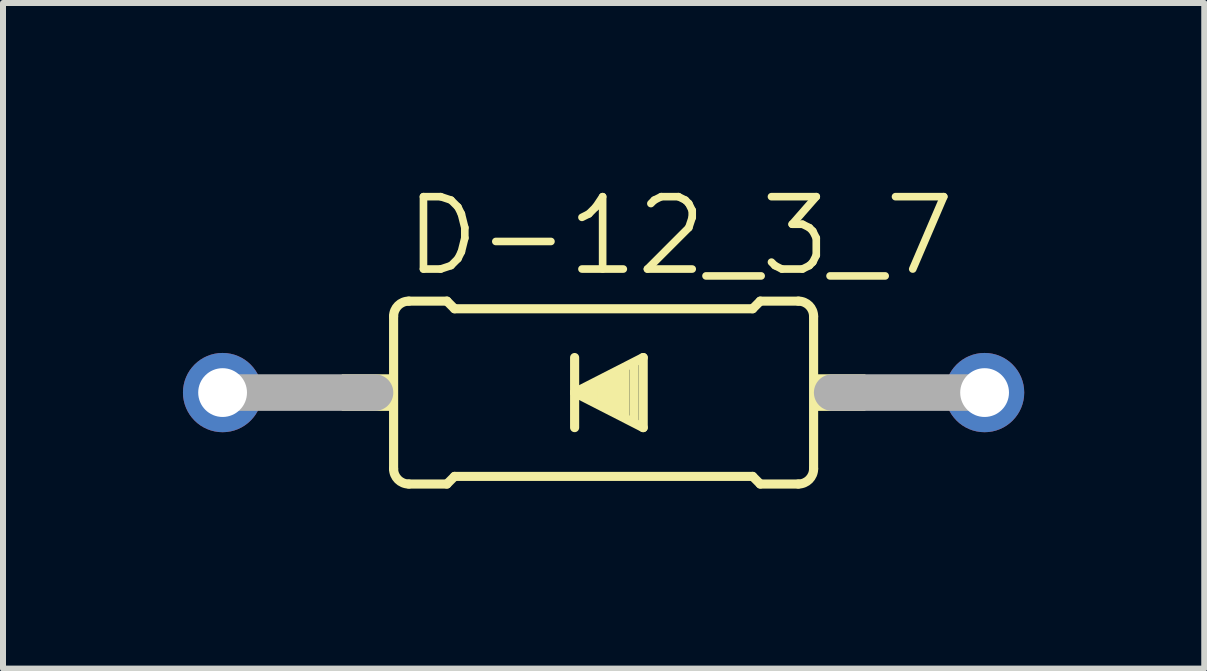
<source format=kicad_pcb>
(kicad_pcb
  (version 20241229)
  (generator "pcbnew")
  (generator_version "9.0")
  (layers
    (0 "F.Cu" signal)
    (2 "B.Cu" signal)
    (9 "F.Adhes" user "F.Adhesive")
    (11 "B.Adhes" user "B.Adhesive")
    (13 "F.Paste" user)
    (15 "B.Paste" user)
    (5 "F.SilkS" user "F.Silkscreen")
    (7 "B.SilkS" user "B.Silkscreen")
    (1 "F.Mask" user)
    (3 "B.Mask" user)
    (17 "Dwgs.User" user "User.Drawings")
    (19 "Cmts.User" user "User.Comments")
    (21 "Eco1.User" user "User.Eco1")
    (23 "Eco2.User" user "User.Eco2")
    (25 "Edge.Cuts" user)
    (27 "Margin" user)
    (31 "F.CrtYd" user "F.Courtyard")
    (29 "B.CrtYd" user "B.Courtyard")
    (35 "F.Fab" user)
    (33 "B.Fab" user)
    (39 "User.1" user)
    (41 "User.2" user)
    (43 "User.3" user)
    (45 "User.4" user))
  (footprint "D-12_3_7"
    (layer "F.Cu")
    (at 7.01 3.493)
    (property "Reference" "D-12_3_7" (at -3.373 -1.905 0) (layer "F.SilkS") (effects (font (size 1.206 1.206) (thickness 0.127)) (justify left bottom)))
    (attr through_hole)
    (fp_line (start -3.5 1.27) (end -3.5 -1.27) (stroke (width 0.152) (type solid)) (layer "F.SilkS"))
    (fp_line (start -3.246 -1.524) (end -2.611 -1.524) (stroke (width 0.152) (type solid)) (layer "F.SilkS"))
    (fp_line (start -3.246 1.524) (end -2.611 1.524) (stroke (width 0.152) (type solid)) (layer "F.SilkS"))
    (fp_line (start -2.484 -1.397) (end -2.611 -1.524) (stroke (width 0.152) (type solid)) (layer "F.SilkS"))
    (fp_line (start -2.484 1.397) (end -2.611 1.524) (stroke (width 0.152) (type solid)) (layer "F.SilkS"))
    (fp_line (start -0.483 0) (end -0.483 -0.584) (stroke (width 0.152) (type solid)) (layer "F.SilkS"))
    (fp_line (start -0.483 0) (end 0.66 0.584) (stroke (width 0.152) (type solid)) (layer "F.SilkS"))
    (fp_line (start -0.483 0.584) (end -0.483 0) (stroke (width 0.152) (type solid)) (layer "F.SilkS"))
    (fp_line (start -0.254 0.102) (end -0.254 -0.102) (stroke (width 0.152) (type solid)) (layer "F.SilkS"))
    (fp_line (start -0.178 0.127) (end -0.178 -0.127) (stroke (width 0.152) (type solid)) (layer "F.SilkS"))
    (fp_line (start -0.102 0.127) (end -0.102 -0.127) (stroke (width 0.152) (type solid)) (layer "F.SilkS"))
    (fp_line (start -0.025 0.127) (end -0.025 -0.127) (stroke (width 0.152) (type solid)) (layer "F.SilkS"))
    (fp_line (start 0.051 0.254) (end 0.051 -0.254) (stroke (width 0.152) (type solid)) (layer "F.SilkS"))
    (fp_line (start 0.127 0.279) (end 0.127 -0.279) (stroke (width 0.152) (type solid)) (layer "F.SilkS"))
    (fp_line (start 0.203 0.279) (end 0.203 -0.279) (stroke (width 0.152) (type solid)) (layer "F.SilkS"))
    (fp_line (start 0.279 0.356) (end 0.279 -0.356) (stroke (width 0.152) (type solid)) (layer "F.SilkS"))
    (fp_line (start 0.356 0.406) (end 0.356 -0.406) (stroke (width 0.152) (type solid)) (layer "F.SilkS"))
    (fp_line (start 0.508 0.483) (end 0.508 -0.483) (stroke (width 0.152) (type solid)) (layer "F.SilkS"))
    (fp_line (start 0.66 -0.584) (end -0.483 0) (stroke (width 0.152) (type solid)) (layer "F.SilkS"))
    (fp_line (start 0.66 0.584) (end 0.66 -0.584) (stroke (width 0.152) (type solid)) (layer "F.SilkS"))
    (fp_line (start 2.484 -1.397) (end -2.484 -1.397) (stroke (width 0.152) (type solid)) (layer "F.SilkS"))
    (fp_line (start 2.484 -1.397) (end 2.611 -1.524) (stroke (width 0.152) (type solid)) (layer "F.SilkS"))
    (fp_line (start 2.484 1.397) (end -2.484 1.397) (stroke (width 0.152) (type solid)) (layer "F.SilkS"))
    (fp_line (start 2.484 1.397) (end 2.611 1.524) (stroke (width 0.152) (type solid)) (layer "F.SilkS"))
    (fp_line (start 3.246 -1.524) (end 2.611 -1.524) (stroke (width 0.152) (type solid)) (layer "F.SilkS"))
    (fp_line (start 3.246 1.524) (end 2.611 1.524) (stroke (width 0.152) (type solid)) (layer "F.SilkS"))
    (fp_line (start 3.5 1.27) (end 3.5 -1.27) (stroke (width 0.152) (type solid)) (layer "F.SilkS"))
    (fp_arc (start -3.5 -1.27) (mid -3.425605 -1.449605) (end -3.246 -1.524) (stroke (width 0.1524) (type solid)) (layer "F.SilkS"))
    (fp_arc (start -3.246 1.524) (mid -3.425605 1.449605) (end -3.5 1.27) (stroke (width 0.1524) (type solid)) (layer "F.SilkS"))
    (fp_arc (start 3.246 -1.524) (mid 3.425605 -1.449605) (end 3.5 -1.27) (stroke (width 0.1524) (type solid)) (layer "F.SilkS"))
    (fp_arc (start 3.5 1.27) (mid 3.425605 1.449605) (end 3.246 1.524) (stroke (width 0.1524) (type solid)) (layer "F.SilkS"))
    (fp_poly (pts (xy -4.364 0.305) (xy -3.5 0.305) (xy -3.5 -0.305) (xy -4.364 -0.305)) (stroke (width 0) (type solid)) (fill yes) (layer "F.SilkS"))
    (fp_poly (pts (xy 3.5 0.305) (xy 4.364 0.305) (xy 4.364 -0.305) (xy 3.5 -0.305)) (stroke (width 0) (type solid)) (fill yes) (layer "F.SilkS"))
    (fp_line (start -6.35 0) (end -3.81 0) (stroke (width 0.61) (type solid)) (layer "F.Fab"))
    (fp_line (start 6.35 0) (end 3.81 0) (stroke (width 0.61) (type solid)) (layer "F.Fab"))
    (pad "1" thru_hole circle (at 6.35 0) (size 1.321 1.321) (drill 0.813) (layers "*.Cu" "*.Mask"))
    (pad "2" thru_hole circle (at -6.35 0) (size 1.321 1.321) (drill 0.813) (layers "*.Cu" "*.Mask")))
  (gr_rect
    (start -3 -3)
    (end 17.021 8.093)
    (stroke (width 0.1) (type default))
    (fill no)
    (layer "Edge.Cuts")))
</source>
